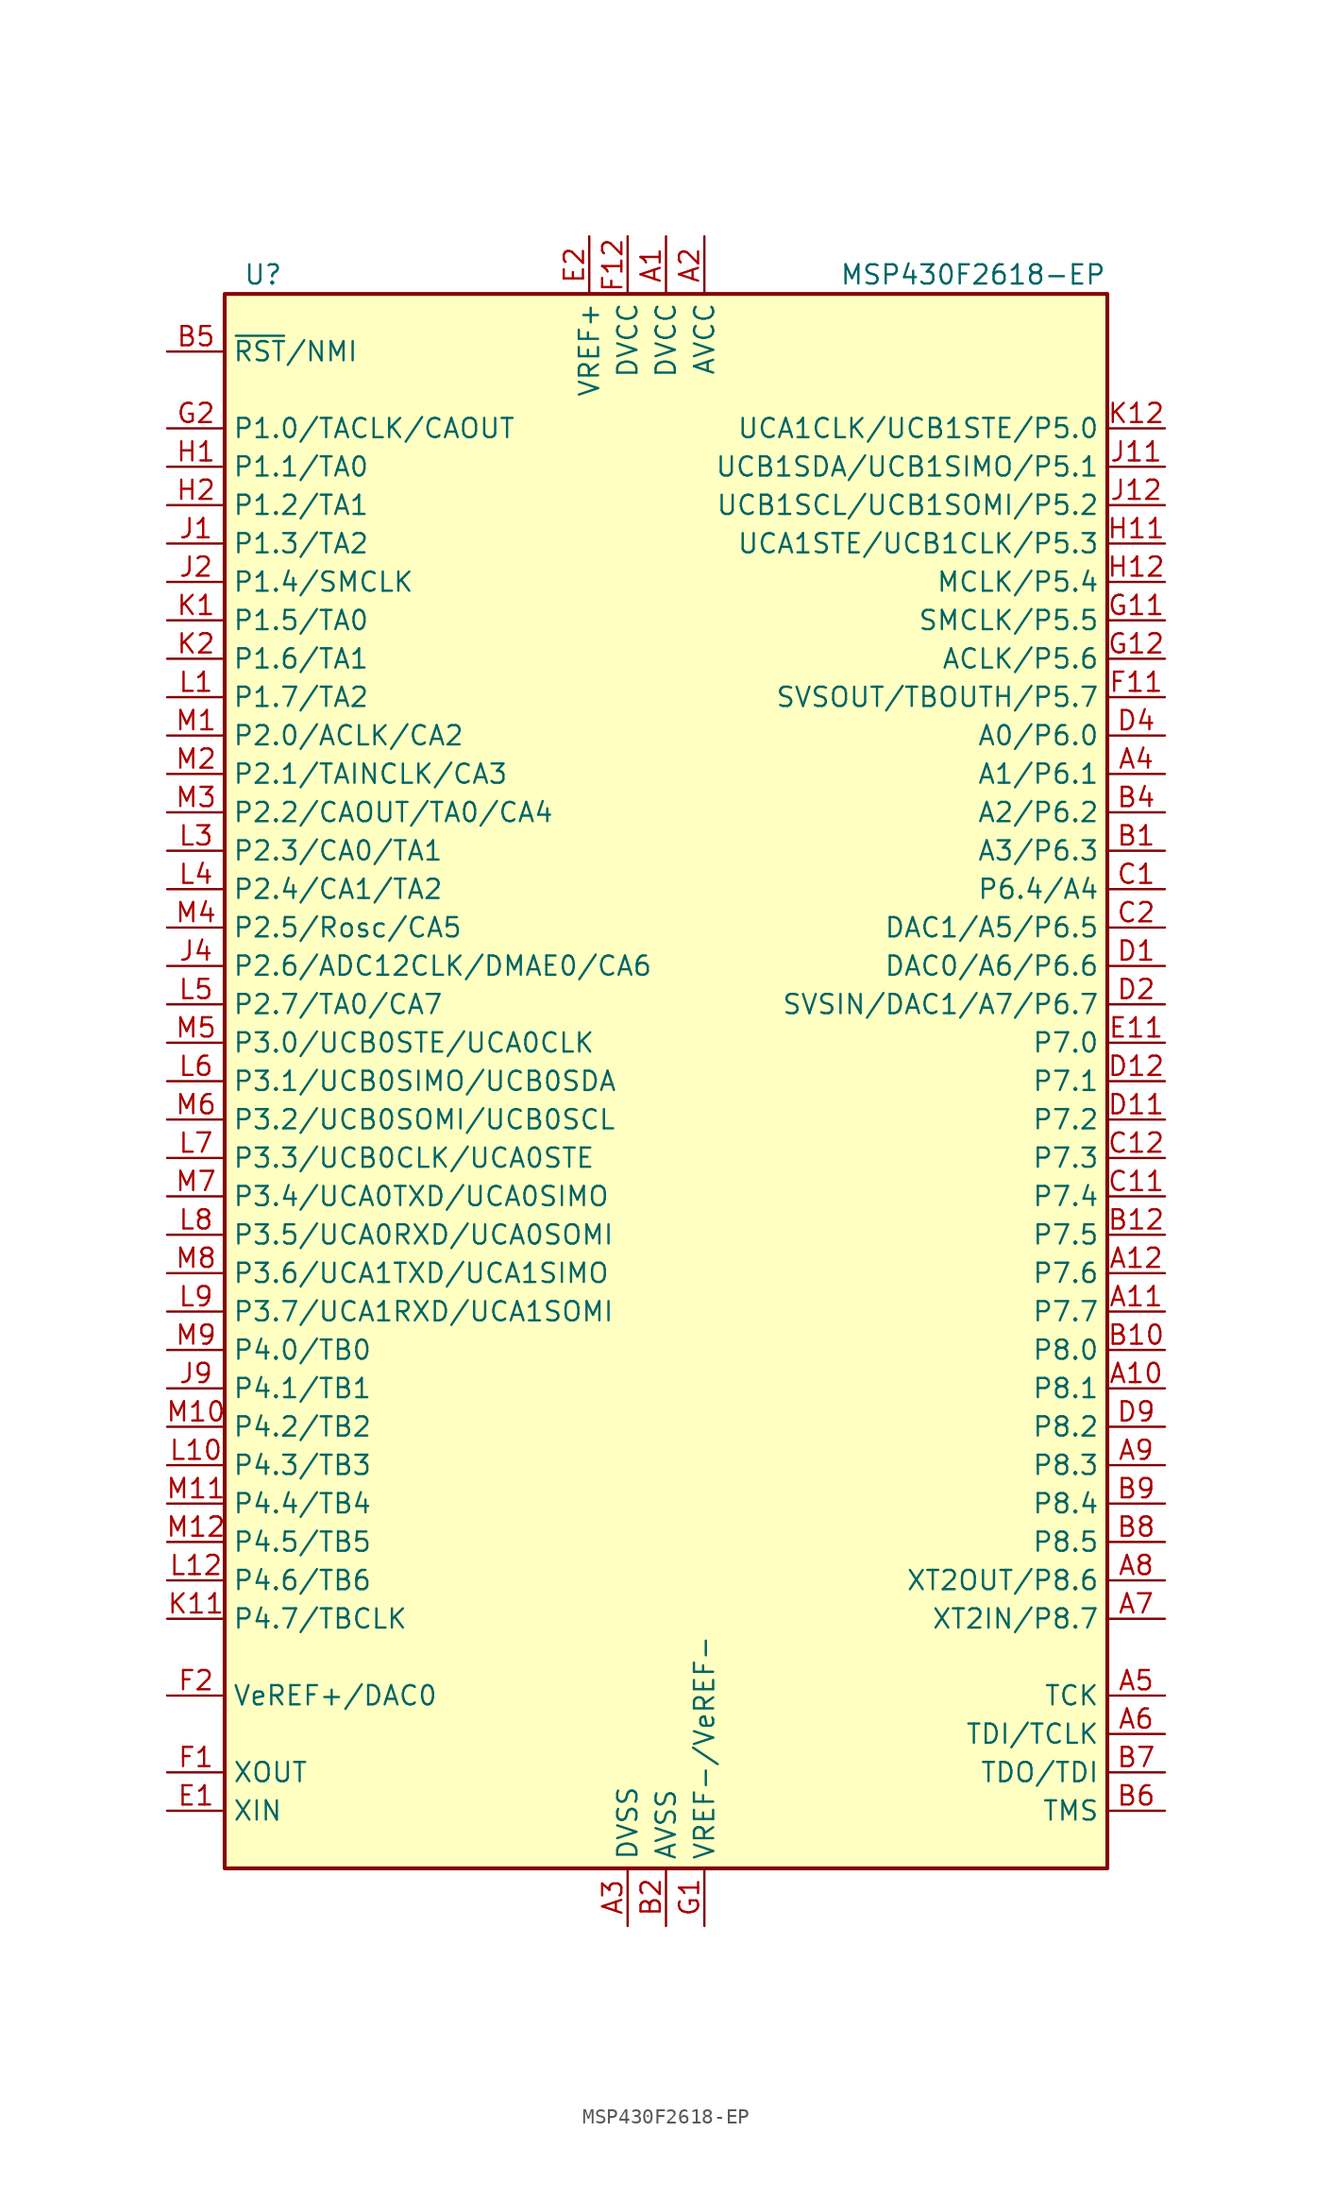
<source format=kicad_sym>
(kicad_symbol_lib
  (version 20231120)
  (generator "kicad_symbol_editor")
  (generator_version "8.0")
  (symbol "MSP430F2618-EP"
    (property "Reference" "U"
      (at -26.67 53.34 0)
      (effects (font (size 1.27 1.27))))
    (property "Value" "MSP430F2618-EP"
      (at 20.32 53.34 0)
      (effects (font (size 1.27 1.27))))
    (symbol "MSP430F2618-EP_0_1"
      (rectangle (start -29.21 52.07) (end 29.21 -52.07) (stroke (width 0.254) (type default)) (fill (type background))))
    (symbol "MSP430F2618-EP_1_1"
      (pin power_in line (at 0 55.88 270) (length 3.81) (name "DVCC" (effects (font (size 1.27 1.27)))) (number "A1" (effects (font (size 1.27 1.27)))))
      (pin bidirectional line (at 33.02 -20.32 180) (length 3.81) (name "P8.1" (effects (font (size 1.27 1.27)))) (number "A10" (effects (font (size 1.27 1.27)))))
      (pin bidirectional line (at 33.02 -15.24 180) (length 3.81) (name "P7.7" (effects (font (size 1.27 1.27)))) (number "A11" (effects (font (size 1.27 1.27)))))
      (pin bidirectional line (at 33.02 -12.7 180) (length 3.81) (name "P7.6" (effects (font (size 1.27 1.27)))) (number "A12" (effects (font (size 1.27 1.27)))))
      (pin power_in line (at 2.54 55.88 270) (length 3.81) (name "AVCC" (effects (font (size 1.27 1.27)))) (number "A2" (effects (font (size 1.27 1.27)))))
      (pin power_in line (at -2.54 -55.88 90) (length 3.81) (name "DVSS" (effects (font (size 1.27 1.27)))) (number "A3" (effects (font (size 1.27 1.27)))))
      (pin bidirectional line (at 33.02 20.32 180) (length 3.81) (name "A1/P6.1" (effects (font (size 1.27 1.27)))) (number "A4" (effects (font (size 1.27 1.27)))))
      (pin input line (at 33.02 -40.64 180) (length 3.81) (name "TCK" (effects (font (size 1.27 1.27)))) (number "A5" (effects (font (size 1.27 1.27)))))
      (pin input line (at 33.02 -43.18 180) (length 3.81) (name "TDI/TCLK" (effects (font (size 1.27 1.27)))) (number "A6" (effects (font (size 1.27 1.27)))))
      (pin bidirectional line (at 33.02 -35.56 180) (length 3.81) (name "XT2IN/P8.7" (effects (font (size 1.27 1.27)))) (number "A7" (effects (font (size 1.27 1.27)))))
      (pin bidirectional line (at 33.02 -33.02 180) (length 3.81) (name "XT2OUT/P8.6" (effects (font (size 1.27 1.27)))) (number "A8" (effects (font (size 1.27 1.27)))))
      (pin bidirectional line (at 33.02 -25.4 180) (length 3.81) (name "P8.3" (effects (font (size 1.27 1.27)))) (number "A9" (effects (font (size 1.27 1.27)))))
      (pin bidirectional line (at 33.02 15.24 180) (length 3.81) (name "A3/P6.3" (effects (font (size 1.27 1.27)))) (number "B1" (effects (font (size 1.27 1.27)))))
      (pin bidirectional line (at 33.02 -17.78 180) (length 3.81) (name "P8.0" (effects (font (size 1.27 1.27)))) (number "B10" (effects (font (size 1.27 1.27)))))
      (pin passive line (at -2.54 -55.88 90) (length 3.81) hide (name "DVSS" (effects (font (size 1.27 1.27)))) (number "B11" (effects (font (size 1.27 1.27)))))
      (pin bidirectional line (at 33.02 -10.16 180) (length 3.81) (name "P7.5" (effects (font (size 1.27 1.27)))) (number "B12" (effects (font (size 1.27 1.27)))))
      (pin power_in line (at 0 -55.88 90) (length 3.81) (name "AVSS" (effects (font (size 1.27 1.27)))) (number "B2" (effects (font (size 1.27 1.27)))))
      (pin passive line (at 0 -55.88 90) (length 3.81) hide (name "AVSS" (effects (font (size 1.27 1.27)))) (number "B3" (effects (font (size 1.27 1.27)))))
      (pin bidirectional line (at 33.02 17.78 180) (length 3.81) (name "A2/P6.2" (effects (font (size 1.27 1.27)))) (number "B4" (effects (font (size 1.27 1.27)))))
      (pin input line (at -33.02 48.26 0) (length 3.81) (name "~{RST}/NMI" (effects (font (size 1.27 1.27)))) (number "B5" (effects (font (size 1.27 1.27)))))
      (pin input line (at 33.02 -48.26 180) (length 3.81) (name "TMS" (effects (font (size 1.27 1.27)))) (number "B6" (effects (font (size 1.27 1.27)))))
      (pin bidirectional line (at 33.02 -45.72 180) (length 3.81) (name "TDO/TDI" (effects (font (size 1.27 1.27)))) (number "B7" (effects (font (size 1.27 1.27)))))
      (pin bidirectional line (at 33.02 -30.48 180) (length 3.81) (name "P8.5" (effects (font (size 1.27 1.27)))) (number "B8" (effects (font (size 1.27 1.27)))))
      (pin bidirectional line (at 33.02 -27.94 180) (length 3.81) (name "P8.4" (effects (font (size 1.27 1.27)))) (number "B9" (effects (font (size 1.27 1.27)))))
      (pin bidirectional line (at 33.02 12.7 180) (length 3.81) (name "P6.4/A4" (effects (font (size 1.27 1.27)))) (number "C1" (effects (font (size 1.27 1.27)))))
      (pin bidirectional line (at 33.02 -7.62 180) (length 3.81) (name "P7.4" (effects (font (size 1.27 1.27)))) (number "C11" (effects (font (size 1.27 1.27)))))
      (pin bidirectional line (at 33.02 -5.08 180) (length 3.81) (name "P7.3" (effects (font (size 1.27 1.27)))) (number "C12" (effects (font (size 1.27 1.27)))))
      (pin bidirectional line (at 33.02 10.16 180) (length 3.81) (name "DAC1/A5/P6.5" (effects (font (size 1.27 1.27)))) (number "C2" (effects (font (size 1.27 1.27)))))
      (pin bidirectional line (at 33.02 10.16 180) (length 3.81) hide (name "DAC1/A5/P6.5" (effects (font (size 1.27 1.27)))) (number "C3" (effects (font (size 1.27 1.27)))))
      (pin bidirectional line (at 33.02 7.62 180) (length 3.81) (name "DAC0/A6/P6.6" (effects (font (size 1.27 1.27)))) (number "D1" (effects (font (size 1.27 1.27)))))
      (pin bidirectional line (at 33.02 -2.54 180) (length 3.81) (name "P7.2" (effects (font (size 1.27 1.27)))) (number "D11" (effects (font (size 1.27 1.27)))))
      (pin bidirectional line (at 33.02 0 180) (length 3.81) (name "P7.1" (effects (font (size 1.27 1.27)))) (number "D12" (effects (font (size 1.27 1.27)))))
      (pin bidirectional line (at 33.02 5.08 180) (length 3.81) (name "SVSIN/DAC1/A7/P6.7" (effects (font (size 1.27 1.27)))) (number "D2" (effects (font (size 1.27 1.27)))))
      (pin bidirectional line (at 33.02 22.86 180) (length 3.81) (name "A0/P6.0" (effects (font (size 1.27 1.27)))) (number "D4" (effects (font (size 1.27 1.27)))))
      (pin passive line (at -2.54 -55.88 90) (length 3.81) hide (name "DVSS" (effects (font (size 1.27 1.27)))) (number "D5" (effects (font (size 1.27 1.27)))))
      (pin passive line (at -2.54 -55.88 90) (length 3.81) hide (name "DVSS" (effects (font (size 1.27 1.27)))) (number "D6" (effects (font (size 1.27 1.27)))))
      (pin passive line (at -2.54 -55.88 90) (length 3.81) hide (name "DVSS" (effects (font (size 1.27 1.27)))) (number "D7" (effects (font (size 1.27 1.27)))))
      (pin passive line (at -2.54 -55.88 90) (length 3.81) hide (name "DVSS" (effects (font (size 1.27 1.27)))) (number "D8" (effects (font (size 1.27 1.27)))))
      (pin bidirectional line (at 33.02 -22.86 180) (length 3.81) (name "P8.2" (effects (font (size 1.27 1.27)))) (number "D9" (effects (font (size 1.27 1.27)))))
      (pin input line (at -33.02 -48.26 0) (length 3.81) (name "XIN" (effects (font (size 1.27 1.27)))) (number "E1" (effects (font (size 1.27 1.27)))))
      (pin power_in line (at 33.02 2.54 180) (length 3.81) (name "P7.0" (effects (font (size 1.27 1.27)))) (number "E11" (effects (font (size 1.27 1.27)))))
      (pin passive line (at -2.54 -55.88 90) (length 3.81) hide (name "DVSS" (effects (font (size 1.27 1.27)))) (number "E12" (effects (font (size 1.27 1.27)))))
      (pin power_in line (at -5.08 55.88 270) (length 3.81) (name "VREF+" (effects (font (size 1.27 1.27)))) (number "E2" (effects (font (size 1.27 1.27)))))
      (pin passive line (at -2.54 -55.88 90) (length 3.81) hide (name "DVSS" (effects (font (size 1.27 1.27)))) (number "E4" (effects (font (size 1.27 1.27)))))
      (pin passive line (at -2.54 -55.88 90) (length 3.81) hide (name "DVSS" (effects (font (size 1.27 1.27)))) (number "E5" (effects (font (size 1.27 1.27)))))
      (pin passive line (at -2.54 -55.88 90) (length 3.81) hide (name "DVSS" (effects (font (size 1.27 1.27)))) (number "E6" (effects (font (size 1.27 1.27)))))
      (pin passive line (at -2.54 -55.88 90) (length 3.81) hide (name "DVSS" (effects (font (size 1.27 1.27)))) (number "E7" (effects (font (size 1.27 1.27)))))
      (pin passive line (at -2.54 -55.88 90) (length 3.81) hide (name "DVSS" (effects (font (size 1.27 1.27)))) (number "E8" (effects (font (size 1.27 1.27)))))
      (pin passive line (at -2.54 -55.88 90) (length 3.81) hide (name "DVSS" (effects (font (size 1.27 1.27)))) (number "E9" (effects (font (size 1.27 1.27)))))
      (pin output line (at -33.02 -45.72 0) (length 3.81) (name "XOUT" (effects (font (size 1.27 1.27)))) (number "F1" (effects (font (size 1.27 1.27)))))
      (pin bidirectional line (at 33.02 25.4 180) (length 3.81) (name "SVSOUT/TBOUTH/P5.7" (effects (font (size 1.27 1.27)))) (number "F11" (effects (font (size 1.27 1.27)))))
      (pin power_in line (at -2.54 55.88 270) (length 3.81) (name "DVCC" (effects (font (size 1.27 1.27)))) (number "F12" (effects (font (size 1.27 1.27)))))
      (pin bidirectional line (at -33.02 -40.64 0) (length 3.81) (name "VeREF+/DAC0" (effects (font (size 1.27 1.27)))) (number "F2" (effects (font (size 1.27 1.27)))))
      (pin passive line (at -2.54 -55.88 90) (length 3.81) hide (name "DVSS" (effects (font (size 1.27 1.27)))) (number "F4" (effects (font (size 1.27 1.27)))))
      (pin passive line (at -2.54 -55.88 90) (length 3.81) hide (name "DVSS" (effects (font (size 1.27 1.27)))) (number "F5" (effects (font (size 1.27 1.27)))))
      (pin passive line (at -2.54 -55.88 90) (length 3.81) hide (name "DVSS" (effects (font (size 1.27 1.27)))) (number "F8" (effects (font (size 1.27 1.27)))))
      (pin passive line (at -2.54 -55.88 90) (length 3.81) hide (name "DVSS" (effects (font (size 1.27 1.27)))) (number "F9" (effects (font (size 1.27 1.27)))))
      (pin bidirectional line (at 2.54 -55.88 90) (length 3.81) (name "VREF-/VeREF-" (effects (font (size 1.27 1.27)))) (number "G1" (effects (font (size 1.27 1.27)))))
      (pin bidirectional line (at 33.02 30.48 180) (length 3.81) (name "SMCLK/P5.5" (effects (font (size 1.27 1.27)))) (number "G11" (effects (font (size 1.27 1.27)))))
      (pin bidirectional line (at 33.02 27.94 180) (length 3.81) (name "ACLK/P5.6" (effects (font (size 1.27 1.27)))) (number "G12" (effects (font (size 1.27 1.27)))))
      (pin bidirectional line (at -33.02 43.18 0) (length 3.81) (name "P1.0/TACLK/CAOUT" (effects (font (size 1.27 1.27)))) (number "G2" (effects (font (size 1.27 1.27)))))
      (pin passive line (at -2.54 -55.88 90) (length 3.81) hide (name "DVSS" (effects (font (size 1.27 1.27)))) (number "G4" (effects (font (size 1.27 1.27)))))
      (pin passive line (at -2.54 -55.88 90) (length 3.81) hide (name "DVSS" (effects (font (size 1.27 1.27)))) (number "G5" (effects (font (size 1.27 1.27)))))
      (pin passive line (at -2.54 -55.88 90) (length 3.81) hide (name "DVSS" (effects (font (size 1.27 1.27)))) (number "G8" (effects (font (size 1.27 1.27)))))
      (pin passive line (at -2.54 -55.88 90) (length 3.81) hide (name "DVSS" (effects (font (size 1.27 1.27)))) (number "G9" (effects (font (size 1.27 1.27)))))
      (pin bidirectional line (at -33.02 40.64 0) (length 3.81) (name "P1.1/TA0" (effects (font (size 1.27 1.27)))) (number "H1" (effects (font (size 1.27 1.27)))))
      (pin bidirectional line (at 33.02 35.56 180) (length 3.81) (name "UCA1STE/UCB1CLK/P5.3" (effects (font (size 1.27 1.27)))) (number "H11" (effects (font (size 1.27 1.27)))))
      (pin bidirectional line (at 33.02 33.02 180) (length 3.81) (name "MCLK/P5.4" (effects (font (size 1.27 1.27)))) (number "H12" (effects (font (size 1.27 1.27)))))
      (pin bidirectional line (at -33.02 38.1 0) (length 3.81) (name "P1.2/TA1" (effects (font (size 1.27 1.27)))) (number "H2" (effects (font (size 1.27 1.27)))))
      (pin passive line (at -2.54 -55.88 90) (length 3.81) hide (name "DVSS" (effects (font (size 1.27 1.27)))) (number "H4" (effects (font (size 1.27 1.27)))))
      (pin passive line (at -2.54 -55.88 90) (length 3.81) hide (name "DVSS" (effects (font (size 1.27 1.27)))) (number "H5" (effects (font (size 1.27 1.27)))))
      (pin passive line (at -2.54 -55.88 90) (length 3.81) hide (name "DVSS" (effects (font (size 1.27 1.27)))) (number "H6" (effects (font (size 1.27 1.27)))))
      (pin passive line (at -2.54 -55.88 90) (length 3.81) hide (name "DVSS" (effects (font (size 1.27 1.27)))) (number "H7" (effects (font (size 1.27 1.27)))))
      (pin passive line (at -2.54 -55.88 90) (length 3.81) hide (name "DVSS" (effects (font (size 1.27 1.27)))) (number "H8" (effects (font (size 1.27 1.27)))))
      (pin passive line (at -2.54 -55.88 90) (length 3.81) hide (name "DVSS" (effects (font (size 1.27 1.27)))) (number "H9" (effects (font (size 1.27 1.27)))))
      (pin bidirectional line (at -33.02 35.56 0) (length 3.81) (name "P1.3/TA2" (effects (font (size 1.27 1.27)))) (number "J1" (effects (font (size 1.27 1.27)))))
      (pin bidirectional line (at 33.02 40.64 180) (length 3.81) (name "UCB1SDA/UCB1SIMO/P5.1" (effects (font (size 1.27 1.27)))) (number "J11" (effects (font (size 1.27 1.27)))))
      (pin bidirectional line (at 33.02 38.1 180) (length 3.81) (name "UCB1SCL/UCB1SOMI/P5.2" (effects (font (size 1.27 1.27)))) (number "J12" (effects (font (size 1.27 1.27)))))
      (pin bidirectional line (at -33.02 33.02 0) (length 3.81) (name "P1.4/SMCLK" (effects (font (size 1.27 1.27)))) (number "J2" (effects (font (size 1.27 1.27)))))
      (pin bidirectional line (at -33.02 7.62 0) (length 3.81) (name "P2.6/ADC12CLK/DMAE0/CA6" (effects (font (size 1.27 1.27)))) (number "J4" (effects (font (size 1.27 1.27)))))
      (pin passive line (at -2.54 -55.88 90) (length 3.81) hide (name "DVSS" (effects (font (size 1.27 1.27)))) (number "J5" (effects (font (size 1.27 1.27)))))
      (pin passive line (at -2.54 -55.88 90) (length 3.81) hide (name "DVSS" (effects (font (size 1.27 1.27)))) (number "J6" (effects (font (size 1.27 1.27)))))
      (pin passive line (at -2.54 -55.88 90) (length 3.81) hide (name "DVSS" (effects (font (size 1.27 1.27)))) (number "J7" (effects (font (size 1.27 1.27)))))
      (pin passive line (at -2.54 -55.88 90) (length 3.81) hide (name "DVSS" (effects (font (size 1.27 1.27)))) (number "J8" (effects (font (size 1.27 1.27)))))
      (pin bidirectional line (at -33.02 -20.32 0) (length 3.81) (name "P4.1/TB1" (effects (font (size 1.27 1.27)))) (number "J9" (effects (font (size 1.27 1.27)))))
      (pin bidirectional line (at -33.02 30.48 0) (length 3.81) (name "P1.5/TA0" (effects (font (size 1.27 1.27)))) (number "K1" (effects (font (size 1.27 1.27)))))
      (pin bidirectional line (at -33.02 -35.56 0) (length 3.81) (name "P4.7/TBCLK" (effects (font (size 1.27 1.27)))) (number "K11" (effects (font (size 1.27 1.27)))))
      (pin bidirectional line (at 33.02 43.18 180) (length 3.81) (name "UCA1CLK/UCB1STE/P5.0" (effects (font (size 1.27 1.27)))) (number "K12" (effects (font (size 1.27 1.27)))))
      (pin bidirectional line (at -33.02 27.94 0) (length 3.81) (name "P1.6/TA1" (effects (font (size 1.27 1.27)))) (number "K2" (effects (font (size 1.27 1.27)))))
      (pin bidirectional line (at -33.02 25.4 0) (length 3.81) (name "P1.7/TA2" (effects (font (size 1.27 1.27)))) (number "L1" (effects (font (size 1.27 1.27)))))
      (pin bidirectional line (at -33.02 -25.4 0) (length 3.81) (name "P4.3/TB3" (effects (font (size 1.27 1.27)))) (number "L10" (effects (font (size 1.27 1.27)))))
      (pin passive line (at -2.54 -55.88 90) (length 3.81) hide (name "DVSS" (effects (font (size 1.27 1.27)))) (number "L11" (effects (font (size 1.27 1.27)))))
      (pin bidirectional line (at -33.02 -33.02 0) (length 3.81) (name "P4.6/TB6" (effects (font (size 1.27 1.27)))) (number "L12" (effects (font (size 1.27 1.27)))))
      (pin passive line (at -2.54 -55.88 90) (length 3.81) hide (name "DVSS" (effects (font (size 1.27 1.27)))) (number "L2" (effects (font (size 1.27 1.27)))))
      (pin bidirectional line (at -33.02 15.24 0) (length 3.81) (name "P2.3/CA0/TA1" (effects (font (size 1.27 1.27)))) (number "L3" (effects (font (size 1.27 1.27)))))
      (pin bidirectional line (at -33.02 12.7 0) (length 3.81) (name "P2.4/CA1/TA2" (effects (font (size 1.27 1.27)))) (number "L4" (effects (font (size 1.27 1.27)))))
      (pin bidirectional line (at -33.02 5.08 0) (length 3.81) (name "P2.7/TA0/CA7" (effects (font (size 1.27 1.27)))) (number "L5" (effects (font (size 1.27 1.27)))))
      (pin bidirectional line (at -33.02 0 0) (length 3.81) (name "P3.1/UCB0SIMO/UCB0SDA" (effects (font (size 1.27 1.27)))) (number "L6" (effects (font (size 1.27 1.27)))))
      (pin bidirectional line (at -33.02 -5.08 0) (length 3.81) (name "P3.3/UCB0CLK/UCA0STE" (effects (font (size 1.27 1.27)))) (number "L7" (effects (font (size 1.27 1.27)))))
      (pin bidirectional line (at -33.02 -10.16 0) (length 3.81) (name "P3.5/UCA0RXD/UCA0SOMI" (effects (font (size 1.27 1.27)))) (number "L8" (effects (font (size 1.27 1.27)))))
      (pin bidirectional line (at -33.02 -15.24 0) (length 3.81) (name "P3.7/UCA1RXD/UCA1SOMI" (effects (font (size 1.27 1.27)))) (number "L9" (effects (font (size 1.27 1.27)))))
      (pin bidirectional line (at -33.02 22.86 0) (length 3.81) (name "P2.0/ACLK/CA2" (effects (font (size 1.27 1.27)))) (number "M1" (effects (font (size 1.27 1.27)))))
      (pin bidirectional line (at -33.02 -22.86 0) (length 3.81) (name "P4.2/TB2" (effects (font (size 1.27 1.27)))) (number "M10" (effects (font (size 1.27 1.27)))))
      (pin bidirectional line (at -33.02 -27.94 0) (length 3.81) (name "P4.4/TB4" (effects (font (size 1.27 1.27)))) (number "M11" (effects (font (size 1.27 1.27)))))
      (pin bidirectional line (at -33.02 -30.48 0) (length 3.81) (name "P4.5/TB5" (effects (font (size 1.27 1.27)))) (number "M12" (effects (font (size 1.27 1.27)))))
      (pin bidirectional line (at -33.02 20.32 0) (length 3.81) (name "P2.1/TAINCLK/CA3" (effects (font (size 1.27 1.27)))) (number "M2" (effects (font (size 1.27 1.27)))))
      (pin bidirectional line (at -33.02 17.78 0) (length 3.81) (name "P2.2/CAOUT/TA0/CA4" (effects (font (size 1.27 1.27)))) (number "M3" (effects (font (size 1.27 1.27)))))
      (pin bidirectional line (at -33.02 10.16 0) (length 3.81) (name "P2.5/Rosc/CA5" (effects (font (size 1.27 1.27)))) (number "M4" (effects (font (size 1.27 1.27)))))
      (pin bidirectional line (at -33.02 2.54 0) (length 3.81) (name "P3.0/UCB0STE/UCA0CLK" (effects (font (size 1.27 1.27)))) (number "M5" (effects (font (size 1.27 1.27)))))
      (pin bidirectional line (at -33.02 -2.54 0) (length 3.81) (name "P3.2/UCB0SOMI/UCB0SCL" (effects (font (size 1.27 1.27)))) (number "M6" (effects (font (size 1.27 1.27)))))
      (pin bidirectional line (at -33.02 -7.62 0) (length 3.81) (name "P3.4/UCA0TXD/UCA0SIMO" (effects (font (size 1.27 1.27)))) (number "M7" (effects (font (size 1.27 1.27)))))
      (pin bidirectional line (at -33.02 -12.7 0) (length 3.81) (name "P3.6/UCA1TXD/UCA1SIMO" (effects (font (size 1.27 1.27)))) (number "M8" (effects (font (size 1.27 1.27)))))
      (pin bidirectional line (at -33.02 -17.78 0) (length 3.81) (name "P4.0/TB0" (effects (font (size 1.27 1.27)))) (number "M9" (effects (font (size 1.27 1.27))))))))
</source>
